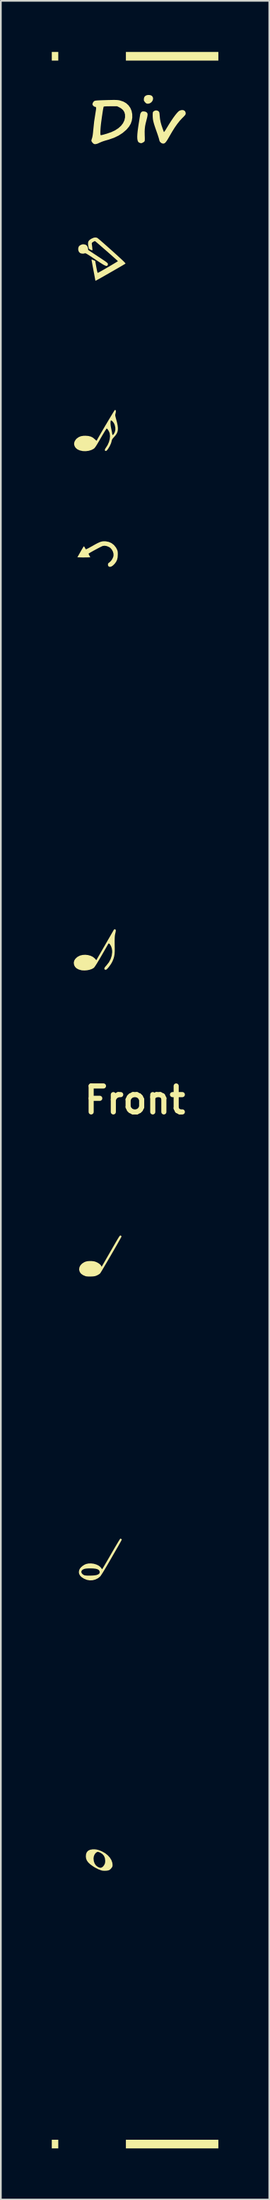
<source format=kicad_pcb>
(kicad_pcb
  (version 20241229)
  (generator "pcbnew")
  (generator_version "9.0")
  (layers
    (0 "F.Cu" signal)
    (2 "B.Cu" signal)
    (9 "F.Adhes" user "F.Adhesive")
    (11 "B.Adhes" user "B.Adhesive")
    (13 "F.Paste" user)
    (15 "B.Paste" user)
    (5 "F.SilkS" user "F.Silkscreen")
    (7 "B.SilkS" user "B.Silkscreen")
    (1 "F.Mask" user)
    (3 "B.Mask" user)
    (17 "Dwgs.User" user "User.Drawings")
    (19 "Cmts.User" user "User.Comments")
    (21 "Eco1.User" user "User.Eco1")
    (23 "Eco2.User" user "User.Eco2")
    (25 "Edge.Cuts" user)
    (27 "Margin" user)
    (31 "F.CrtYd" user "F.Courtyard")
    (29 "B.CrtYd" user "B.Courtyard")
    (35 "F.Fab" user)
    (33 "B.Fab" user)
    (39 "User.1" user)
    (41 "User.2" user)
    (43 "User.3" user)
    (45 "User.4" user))
  (footprint "Front"
    (layer "F.Cu")
    (at 4.894 61.54)
    (property "Reference" "Front" (at 0 0 0) (layer "F.SilkS") (effects (font (size 1.524 1.524) (thickness 0.3))))
    (attr board_only exclude_from_pos_files exclude_from_bom)
    (fp_poly (pts (xy -4.512 -61.032) (xy -4.894 -61.032) (xy -4.894 -61.54) (xy -4.512 -61.54)) (stroke (width 0) (type solid)) (fill yes) (layer "F.SilkS"))
    (fp_poly (pts (xy -4.512 61.54) (xy -4.894 61.54) (xy -4.894 61.032) (xy -4.512 61.032)) (stroke (width 0) (type solid)) (fill yes) (layer "F.SilkS"))
    (fp_poly (pts (xy 4.915 -61.032) (xy -0.53 -61.032) (xy -0.53 -61.54) (xy 4.915 -61.54)) (stroke (width 0) (type solid)) (fill yes) (layer "F.SilkS"))
    (fp_poly (pts (xy 4.915 61.54) (xy -0.53 61.54) (xy -0.53 61.032) (xy 4.915 61.032)) (stroke (width 0) (type solid)) (fill yes) (layer "F.SilkS"))
    (fp_poly (pts (xy 0.861 -59.013) (xy 0.949 -58.991) (xy 1.005 -58.957) (xy 1.056 -58.885) (xy 1.072 -58.804) (xy 1.057 -58.72) (xy 1.017 -58.641) (xy 0.956 -58.574) (xy 0.878 -58.525) (xy 0.787 -58.501) (xy 0.705 -58.505) (xy 0.657 -58.53) (xy 0.603 -58.579) (xy 0.557 -58.638) (xy 0.53 -58.693) (xy 0.527 -58.708) (xy 0.532 -58.821) (xy 0.562 -58.904) (xy 0.62 -58.963) (xy 0.674 -58.992) (xy 0.764 -59.014)) (stroke (width 0) (type solid)) (fill yes) (layer "F.SilkS"))
    (fp_poly (pts (xy 0.618 -58.035) (xy 0.695 -57.994) (xy 0.74 -57.932) (xy 0.74 -57.931) (xy 0.748 -57.878) (xy 0.741 -57.795) (xy 0.718 -57.68) (xy 0.679 -57.528) (xy 0.679 -57.526) (xy 0.633 -57.346) (xy 0.601 -57.186) (xy 0.583 -57.031) (xy 0.575 -56.867) (xy 0.578 -56.678) (xy 0.578 -56.654) (xy 0.583 -56.527) (xy 0.584 -56.434) (xy 0.583 -56.371) (xy 0.579 -56.329) (xy 0.57 -56.302) (xy 0.557 -56.282) (xy 0.544 -56.269) (xy 0.496 -56.234) (xy 0.437 -56.203) (xy 0.385 -56.185) (xy 0.364 -56.183) (xy 0.335 -56.189) (xy 0.286 -56.203) (xy 0.281 -56.204) (xy 0.228 -56.23) (xy 0.188 -56.276) (xy 0.16 -56.344) (xy 0.143 -56.438) (xy 0.138 -56.56) (xy 0.145 -56.712) (xy 0.163 -56.898) (xy 0.193 -57.12) (xy 0.221 -57.304) (xy 0.244 -57.448) (xy 0.265 -57.582) (xy 0.283 -57.698) (xy 0.298 -57.79) (xy 0.307 -57.852) (xy 0.31 -57.87) (xy 0.331 -57.936) (xy 0.368 -57.995) (xy 0.408 -58.032) (xy 0.455 -58.048) (xy 0.516 -58.05)) (stroke (width 0) (type solid)) (fill yes) (layer "F.SilkS"))
    (fp_poly (pts (xy -2.929 -50.233) (xy -2.844 -50.185) (xy -2.787 -50.106) (xy -2.762 -50.013) (xy -2.749 -49.912) (xy -2.169 -49.531) (xy -2.009 -49.426) (xy -1.882 -49.341) (xy -1.783 -49.274) (xy -1.709 -49.222) (xy -1.657 -49.182) (xy -1.622 -49.151) (xy -1.601 -49.128) (xy -1.591 -49.108) (xy -1.589 -49.09) (xy -1.589 -49.089) (xy -1.597 -49.036) (xy -1.614 -49.004) (xy -1.637 -48.986) (xy -1.665 -48.978) (xy -1.701 -48.981) (xy -1.749 -48.997) (xy -1.813 -49.027) (xy -1.896 -49.075) (xy -2.002 -49.141) (xy -2.135 -49.228) (xy -2.298 -49.336) (xy -2.336 -49.361) (xy -2.496 -49.468) (xy -2.625 -49.553) (xy -2.726 -49.618) (xy -2.803 -49.666) (xy -2.86 -49.698) (xy -2.899 -49.716) (xy -2.926 -49.723) (xy -2.943 -49.721) (xy -2.944 -49.72) (xy -3.008 -49.702) (xy -3.091 -49.7) (xy -3.174 -49.713) (xy -3.218 -49.729) (xy -3.283 -49.785) (xy -3.324 -49.865) (xy -3.34 -49.96) (xy -3.328 -50.057) (xy -3.299 -50.125) (xy -3.251 -50.173) (xy -3.178 -50.215) (xy -3.096 -50.243) (xy -3.042 -50.249)) (stroke (width 0) (type solid)) (fill yes) (layer "F.SilkS"))
    (fp_poly (pts (xy -0.837 7.948) (xy -0.834 7.949) (xy -0.795 7.98) (xy -0.79 8.008) (xy -0.803 8.036) (xy -0.836 8.096) (xy -0.885 8.185) (xy -0.949 8.298) (xy -1.024 8.432) (xy -1.11 8.582) (xy -1.203 8.744) (xy -1.302 8.914) (xy -1.403 9.088) (xy -1.504 9.262) (xy -1.604 9.432) (xy -1.699 9.594) (xy -1.788 9.744) (xy -1.867 9.878) (xy -1.935 9.992) (xy -1.99 10.081) (xy -2.028 10.142) (xy -2.048 10.171) (xy -2.049 10.172) (xy -2.096 10.21) (xy -2.167 10.254) (xy -2.232 10.287) (xy -2.298 10.314) (xy -2.36 10.332) (xy -2.43 10.343) (xy -2.522 10.35) (xy -2.595 10.352) (xy -2.742 10.352) (xy -2.853 10.344) (xy -2.913 10.331) (xy -3.062 10.267) (xy -3.173 10.187) (xy -3.245 10.089) (xy -3.28 9.974) (xy -3.284 9.919) (xy -3.263 9.801) (xy -3.204 9.691) (xy -3.111 9.594) (xy -2.986 9.514) (xy -2.902 9.479) (xy -2.802 9.455) (xy -2.678 9.444) (xy -2.545 9.446) (xy -2.419 9.46) (xy -2.349 9.476) (xy -2.239 9.519) (xy -2.137 9.576) (xy -2.052 9.642) (xy -1.996 9.708) (xy -1.992 9.715) (xy -1.958 9.781) (xy -1.422 8.853) (xy -1.302 8.645) (xy -1.201 8.471) (xy -1.118 8.327) (xy -1.05 8.212) (xy -0.995 8.121) (xy -0.953 8.053) (xy -0.92 8.004) (xy -0.895 7.972) (xy -0.876 7.953) (xy -0.862 7.944) (xy -0.849 7.944)) (stroke (width 0) (type solid)) (fill yes) (layer "F.SilkS"))
    (fp_poly (pts (xy -2.242 43.997) (xy -2.117 44.032) (xy -1.975 44.089) (xy -1.913 44.118) (xy -1.741 44.217) (xy -1.593 44.337) (xy -1.472 44.472) (xy -1.383 44.617) (xy -1.33 44.767) (xy -1.318 44.856) (xy -1.315 44.933) (xy -1.323 44.986) (xy -1.347 45.034) (xy -1.375 45.074) (xy -1.427 45.135) (xy -1.485 45.185) (xy -1.509 45.199) (xy -1.583 45.224) (xy -1.683 45.238) (xy -1.794 45.242) (xy -1.901 45.235) (xy -1.972 45.22) (xy -2.159 45.151) (xy -2.361 45.045) (xy -2.49 44.963) (xy -2.642 44.852) (xy -2.754 44.743) (xy -2.831 44.633) (xy -2.874 44.52) (xy -2.436 44.52) (xy -2.419 44.68) (xy -2.37 44.818) (xy -2.291 44.93) (xy -2.184 45.013) (xy -2.153 45.029) (xy -2.07 45.061) (xy -2.006 45.065) (xy -1.944 45.042) (xy -1.907 45.018) (xy -1.864 44.977) (xy -1.819 44.917) (xy -1.801 44.888) (xy -1.77 44.823) (xy -1.754 44.757) (xy -1.748 44.672) (xy -1.748 44.646) (xy -1.767 44.494) (xy -1.822 44.365) (xy -1.911 44.26) (xy -2.034 44.18) (xy -2.087 44.158) (xy -2.148 44.136) (xy -2.187 44.13) (xy -2.224 44.141) (xy -2.258 44.158) (xy -2.327 44.217) (xy -2.384 44.305) (xy -2.422 44.41) (xy -2.436 44.52) (xy -2.874 44.52) (xy -2.875 44.516) (xy -2.889 44.392) (xy -2.875 44.254) (xy -2.83 44.145) (xy -2.753 44.064) (xy -2.645 44.01) (xy -2.504 43.984) (xy -2.491 43.983) (xy -2.362 43.982)) (stroke (width 0) (type solid)) (fill yes) (layer "F.SilkS"))
    (fp_poly (pts (xy 2.907 -58.1) (xy 2.963 -58.046) (xy 2.989 -57.968) (xy 2.991 -57.946) (xy 2.99 -57.909) (xy 2.982 -57.877) (xy 2.964 -57.843) (xy 2.929 -57.801) (xy 2.875 -57.742) (xy 2.795 -57.663) (xy 2.782 -57.65) (xy 2.639 -57.495) (xy 2.493 -57.311) (xy 2.342 -57.095) (xy 2.184 -56.843) (xy 2.034 -56.585) (xy 1.952 -56.443) (xy 1.885 -56.335) (xy 1.829 -56.257) (xy 1.781 -56.205) (xy 1.735 -56.174) (xy 1.69 -56.161) (xy 1.667 -56.16) (xy 1.591 -56.174) (xy 1.519 -56.222) (xy 1.518 -56.223) (xy 1.462 -56.287) (xy 1.436 -56.363) (xy 1.434 -56.376) (xy 1.422 -56.425) (xy 1.399 -56.505) (xy 1.366 -56.609) (xy 1.326 -56.728) (xy 1.283 -56.85) (xy 1.215 -57.043) (xy 1.161 -57.202) (xy 1.12 -57.335) (xy 1.09 -57.448) (xy 1.069 -57.546) (xy 1.057 -57.637) (xy 1.051 -57.726) (xy 1.049 -57.798) (xy 1.049 -57.894) (xy 1.053 -57.957) (xy 1.06 -57.998) (xy 1.076 -58.026) (xy 1.1 -58.051) (xy 1.108 -58.057) (xy 1.187 -58.1) (xy 1.275 -58.108) (xy 1.359 -58.081) (xy 1.389 -58.06) (xy 1.413 -58.036) (xy 1.431 -58.008) (xy 1.442 -57.969) (xy 1.451 -57.908) (xy 1.459 -57.817) (xy 1.463 -57.769) (xy 1.481 -57.599) (xy 1.513 -57.43) (xy 1.561 -57.253) (xy 1.629 -57.053) (xy 1.642 -57.017) (xy 1.67 -56.941) (xy 1.693 -56.878) (xy 1.706 -56.841) (xy 1.707 -56.839) (xy 1.721 -56.845) (xy 1.752 -56.883) (xy 1.797 -56.948) (xy 1.852 -57.037) (xy 1.867 -57.062) (xy 2.008 -57.293) (xy 2.141 -57.5) (xy 2.264 -57.68) (xy 2.375 -57.831) (xy 2.473 -57.951) (xy 2.556 -58.038) (xy 2.623 -58.089) (xy 2.633 -58.094) (xy 2.736 -58.127) (xy 2.829 -58.129)) (stroke (width 0) (type solid)) (fill yes) (layer "F.SilkS"))
    (fp_poly (pts (xy -1.747 -32.81) (xy -1.71 -32.808) (xy -1.532 -32.773) (xy -1.372 -32.7) (xy -1.234 -32.593) (xy -1.121 -32.454) (xy -1.075 -32.373) (xy -1.042 -32.302) (xy -1.022 -32.244) (xy -1.011 -32.184) (xy -1.007 -32.107) (xy -1.007 -32.031) (xy -1.017 -31.864) (xy -1.05 -31.724) (xy -1.109 -31.601) (xy -1.197 -31.484) (xy -1.201 -31.48) (xy -1.297 -31.387) (xy -1.386 -31.33) (xy -1.465 -31.309) (xy -1.531 -31.325) (xy -1.556 -31.344) (xy -1.581 -31.392) (xy -1.588 -31.454) (xy -1.576 -31.506) (xy -1.573 -31.512) (xy -1.547 -31.537) (xy -1.501 -31.574) (xy -1.477 -31.593) (xy -1.402 -31.667) (xy -1.333 -31.767) (xy -1.282 -31.876) (xy -1.259 -31.96) (xy -1.26 -32.082) (xy -1.295 -32.207) (xy -1.358 -32.323) (xy -1.443 -32.42) (xy -1.522 -32.474) (xy -1.657 -32.53) (xy -1.778 -32.55) (xy -1.886 -32.539) (xy -1.925 -32.524) (xy -1.993 -32.492) (xy -2.083 -32.447) (xy -2.188 -32.392) (xy -2.3 -32.332) (xy -2.413 -32.271) (xy -2.519 -32.212) (xy -2.61 -32.16) (xy -2.681 -32.118) (xy -2.723 -32.089) (xy -2.729 -32.084) (xy -2.724 -32.063) (xy -2.703 -32.017) (xy -2.681 -31.974) (xy -2.627 -31.872) (xy -2.817 -31.866) (xy -2.936 -31.864) (xy -3.069 -31.863) (xy -3.189 -31.865) (xy -3.198 -31.866) (xy -3.387 -31.872) (xy -3.204 -32.195) (xy -3.144 -32.3) (xy -3.09 -32.39) (xy -3.047 -32.461) (xy -3.017 -32.505) (xy -3.005 -32.518) (xy -2.986 -32.501) (xy -2.958 -32.458) (xy -2.945 -32.435) (xy -2.915 -32.381) (xy -2.891 -32.346) (xy -2.885 -32.34) (xy -2.862 -32.347) (xy -2.808 -32.372) (xy -2.728 -32.412) (xy -2.63 -32.466) (xy -2.517 -32.528) (xy -2.48 -32.549) (xy -2.324 -32.637) (xy -2.196 -32.704) (xy -2.09 -32.753) (xy -1.998 -32.786) (xy -1.916 -32.805) (xy -1.834 -32.812)) (stroke (width 0) (type solid)) (fill yes) (layer "F.SilkS"))
    (fp_poly (pts (xy -1.168 -10.032) (xy -1.139 -10.014) (xy -1.125 -9.98) (xy -1.127 -9.923) (xy -1.144 -9.836) (xy -1.157 -9.784) (xy -1.17 -9.723) (xy -1.18 -9.654) (xy -1.187 -9.571) (xy -1.191 -9.468) (xy -1.193 -9.34) (xy -1.192 -9.181) (xy -1.189 -8.987) (xy -1.187 -8.929) (xy -1.187 -8.741) (xy -1.197 -8.584) (xy -1.219 -8.447) (xy -1.254 -8.319) (xy -1.305 -8.188) (xy -1.335 -8.124) (xy -1.381 -8.04) (xy -1.44 -7.948) (xy -1.507 -7.856) (xy -1.573 -7.773) (xy -1.634 -7.707) (xy -1.683 -7.666) (xy -1.697 -7.659) (xy -1.753 -7.656) (xy -1.79 -7.686) (xy -1.801 -7.727) (xy -1.786 -7.773) (xy -1.74 -7.839) (xy -1.665 -7.924) (xy -1.531 -8.094) (xy -1.43 -8.282) (xy -1.365 -8.482) (xy -1.338 -8.686) (xy -1.34 -8.781) (xy -1.36 -8.911) (xy -1.402 -9.033) (xy -1.459 -9.133) (xy -1.5 -9.18) (xy -1.525 -9.2) (xy -1.544 -9.201) (xy -1.566 -9.178) (xy -1.598 -9.124) (xy -1.608 -9.106) (xy -1.772 -8.82) (xy -1.916 -8.57) (xy -2.041 -8.355) (xy -2.148 -8.176) (xy -2.237 -8.029) (xy -2.309 -7.916) (xy -2.364 -7.835) (xy -2.403 -7.785) (xy -2.418 -7.769) (xy -2.523 -7.706) (xy -2.657 -7.658) (xy -2.808 -7.626) (xy -2.966 -7.614) (xy -3.12 -7.622) (xy -3.152 -7.628) (xy -3.306 -7.67) (xy -3.43 -7.736) (xy -3.521 -7.823) (xy -3.578 -7.928) (xy -3.598 -8.05) (xy -3.597 -8.086) (xy -3.571 -8.196) (xy -3.511 -8.294) (xy -3.414 -8.387) (xy -3.364 -8.423) (xy -3.233 -8.489) (xy -3.083 -8.526) (xy -2.922 -8.536) (xy -2.761 -8.519) (xy -2.607 -8.477) (xy -2.471 -8.41) (xy -2.36 -8.32) (xy -2.353 -8.311) (xy -2.272 -8.219) (xy -1.761 -9.104) (xy -1.658 -9.281) (xy -1.562 -9.448) (xy -1.473 -9.6) (xy -1.396 -9.735) (xy -1.33 -9.847) (xy -1.28 -9.934) (xy -1.246 -9.992) (xy -1.231 -10.017) (xy -1.231 -10.017) (xy -1.196 -10.036)) (stroke (width 0) (type solid)) (fill yes) (layer "F.SilkS"))
    (fp_poly (pts (xy -0.823 25.751) (xy -0.799 25.765) (xy -0.79 25.77) (xy -0.781 25.774) (xy -0.776 25.778) (xy -0.773 25.786) (xy -0.777 25.802) (xy -0.786 25.826) (xy -0.804 25.863) (xy -0.832 25.916) (xy -0.871 25.986) (xy -0.922 26.076) (xy -0.987 26.191) (xy -1.068 26.331) (xy -1.166 26.501) (xy -1.282 26.702) (xy -1.386 26.883) (xy -1.536 27.141) (xy -1.666 27.364) (xy -1.777 27.55) (xy -1.87 27.702) (xy -1.944 27.82) (xy -2.001 27.905) (xy -2.041 27.958) (xy -2.05 27.967) (xy -2.176 28.069) (xy -2.326 28.142) (xy -2.489 28.184) (xy -2.657 28.192) (xy -2.818 28.164) (xy -2.839 28.158) (xy -3.004 28.089) (xy -3.134 28.007) (xy -3.228 27.913) (xy -3.284 27.81) (xy -3.3 27.707) (xy -3.155 27.707) (xy -3.129 27.774) (xy -3.074 27.836) (xy -2.991 27.885) (xy -2.976 27.891) (xy -2.917 27.903) (xy -2.827 27.911) (xy -2.715 27.914) (xy -2.594 27.912) (xy -2.474 27.907) (xy -2.365 27.897) (xy -2.279 27.884) (xy -2.256 27.878) (xy -2.157 27.84) (xy -2.096 27.791) (xy -2.072 27.728) (xy -2.071 27.709) (xy -2.087 27.636) (xy -2.131 27.579) (xy -2.206 27.536) (xy -2.314 27.508) (xy -2.458 27.492) (xy -2.627 27.487) (xy -2.774 27.49) (xy -2.887 27.5) (xy -2.974 27.518) (xy -3.044 27.546) (xy -3.102 27.585) (xy -3.146 27.641) (xy -3.155 27.707) (xy -3.3 27.707) (xy -3.301 27.7) (xy -3.278 27.585) (xy -3.237 27.501) (xy -3.172 27.422) (xy -3.08 27.343) (xy -2.977 27.276) (xy -2.879 27.232) (xy -2.736 27.201) (xy -2.584 27.196) (xy -2.429 27.215) (xy -2.283 27.256) (xy -2.152 27.316) (xy -2.045 27.394) (xy -1.981 27.47) (xy -1.951 27.514) (xy -1.93 27.537) (xy -1.928 27.538) (xy -1.915 27.521) (xy -1.884 27.47) (xy -1.836 27.389) (xy -1.773 27.282) (xy -1.697 27.153) (xy -1.61 27.004) (xy -1.514 26.839) (xy -1.412 26.663) (xy -1.399 26.639) (xy -1.296 26.461) (xy -1.198 26.294) (xy -1.109 26.143) (xy -1.03 26.011) (xy -0.964 25.901) (xy -0.911 25.816) (xy -0.875 25.761) (xy -0.858 25.739) (xy -0.857 25.739)) (stroke (width 0) (type solid)) (fill yes) (layer "F.SilkS"))
    (fp_poly (pts (xy -1.107 -58.721) (xy -1.041 -58.717) (xy -0.985 -58.712) (xy -0.934 -58.703) (xy -0.883 -58.693) (xy -0.874 -58.69) (xy -0.68 -58.626) (xy -0.514 -58.531) (xy -0.376 -58.406) (xy -0.269 -58.256) (xy -0.196 -58.083) (xy -0.157 -57.889) (xy -0.154 -57.689) (xy -0.184 -57.499) (xy -0.246 -57.323) (xy -0.345 -57.157) (xy -0.482 -56.994) (xy -0.519 -56.958) (xy -0.728 -56.78) (xy -0.967 -56.627) (xy -1.238 -56.498) (xy -1.542 -56.393) (xy -1.653 -56.362) (xy -1.771 -56.328) (xy -1.89 -56.289) (xy -1.995 -56.249) (xy -2.066 -56.217) (xy -2.199 -56.157) (xy -2.306 -56.129) (xy -2.387 -56.131) (xy -2.406 -56.137) (xy -2.455 -56.17) (xy -2.505 -56.222) (xy -2.545 -56.278) (xy -2.563 -56.326) (xy -2.563 -56.33) (xy -2.556 -56.372) (xy -2.538 -56.436) (xy -2.522 -56.482) (xy -2.501 -56.563) (xy -2.481 -56.68) (xy -2.469 -56.783) (xy -2.033 -56.783) (xy -2.031 -56.708) (xy -2.023 -56.666) (xy -2.02 -56.661) (xy -2.009 -56.656) (xy -1.988 -56.655) (xy -1.952 -56.661) (xy -1.894 -56.675) (xy -1.809 -56.698) (xy -1.691 -56.732) (xy -1.642 -56.746) (xy -1.387 -56.834) (xy -1.164 -56.94) (xy -0.974 -57.063) (xy -0.82 -57.201) (xy -0.702 -57.353) (xy -0.621 -57.518) (xy -0.581 -57.694) (xy -0.58 -57.708) (xy -0.582 -57.869) (xy -0.621 -58.008) (xy -0.697 -58.128) (xy -0.811 -58.227) (xy -0.906 -58.282) (xy -1.048 -58.352) (xy -1.436 -58.351) (xy -1.586 -58.35) (xy -1.697 -58.347) (xy -1.774 -58.342) (xy -1.82 -58.335) (xy -1.84 -58.325) (xy -1.841 -58.324) (xy -1.849 -58.294) (xy -1.863 -58.228) (xy -1.88 -58.133) (xy -1.899 -58.016) (xy -1.919 -57.881) (xy -1.941 -57.737) (xy -1.961 -57.59) (xy -1.981 -57.445) (xy -1.998 -57.309) (xy -2.002 -57.272) (xy -2.016 -57.136) (xy -2.026 -57.004) (xy -2.032 -56.884) (xy -2.033 -56.783) (xy -2.469 -56.783) (xy -2.464 -56.824) (xy -2.458 -56.89) (xy -2.399 -57.457) (xy -2.318 -57.98) (xy -2.297 -58.107) (xy -2.285 -58.198) (xy -2.284 -58.26) (xy -2.295 -58.297) (xy -2.316 -58.315) (xy -2.351 -58.32) (xy -2.355 -58.32) (xy -2.404 -58.338) (xy -2.453 -58.38) (xy -2.49 -58.432) (xy -2.5 -58.469) (xy -2.482 -58.544) (xy -2.438 -58.616) (xy -2.379 -58.666) (xy -2.378 -58.667) (xy -2.343 -58.677) (xy -2.282 -58.686) (xy -2.191 -58.694) (xy -2.067 -58.701) (xy -1.906 -58.707) (xy -1.779 -58.711) (xy -1.582 -58.717) (xy -1.421 -58.72) (xy -1.292 -58.723) (xy -1.189 -58.723)) (stroke (width 0) (type solid)) (fill yes) (layer "F.SilkS"))
    (fp_poly (pts (xy -2.249 -50.636) (xy -2.218 -50.624) (xy -2.191 -50.605) (xy -2.136 -50.561) (xy -2.056 -50.494) (xy -1.954 -50.406) (xy -1.834 -50.302) (xy -1.698 -50.182) (xy -1.55 -50.051) (xy -1.393 -49.912) (xy -1.345 -49.869) (xy -1.157 -49.7) (xy -0.999 -49.557) (xy -0.869 -49.438) (xy -0.764 -49.342) (xy -0.683 -49.265) (xy -0.624 -49.206) (xy -0.584 -49.163) (xy -0.562 -49.134) (xy -0.554 -49.117) (xy -0.556 -49.112) (xy -0.58 -49.097) (xy -0.636 -49.063) (xy -0.719 -49.013) (xy -0.825 -48.951) (xy -0.951 -48.878) (xy -1.09 -48.798) (xy -1.24 -48.712) (xy -1.395 -48.623) (xy -1.551 -48.534) (xy -1.704 -48.447) (xy -1.849 -48.364) (xy -1.982 -48.289) (xy -2.098 -48.224) (xy -2.194 -48.171) (xy -2.264 -48.133) (xy -2.304 -48.113) (xy -2.312 -48.11) (xy -2.33 -48.123) (xy -2.33 -48.126) (xy -2.334 -48.15) (xy -2.345 -48.21) (xy -2.362 -48.301) (xy -2.383 -48.418) (xy -2.409 -48.555) (xy -2.438 -48.707) (xy -2.445 -48.745) (xy -2.474 -48.899) (xy -2.5 -49.039) (xy -2.522 -49.16) (xy -2.539 -49.256) (xy -2.55 -49.322) (xy -2.553 -49.354) (xy -2.553 -49.355) (xy -2.532 -49.352) (xy -2.484 -49.335) (xy -2.442 -49.318) (xy -2.338 -49.273) (xy -2.274 -48.919) (xy -2.247 -48.778) (xy -2.226 -48.676) (xy -2.207 -48.609) (xy -2.192 -48.576) (xy -2.183 -48.571) (xy -2.155 -48.584) (xy -2.097 -48.614) (xy -2.015 -48.659) (xy -1.914 -48.716) (xy -1.798 -48.782) (xy -1.674 -48.854) (xy -1.547 -48.927) (xy -1.421 -49.001) (xy -1.303 -49.071) (xy -1.197 -49.134) (xy -1.109 -49.187) (xy -1.044 -49.228) (xy -1.007 -49.252) (xy -1.001 -49.258) (xy -1.018 -49.276) (xy -1.063 -49.317) (xy -1.131 -49.379) (xy -1.22 -49.458) (xy -1.324 -49.551) (xy -1.44 -49.653) (xy -1.564 -49.762) (xy -1.691 -49.873) (xy -1.818 -49.983) (xy -1.94 -50.089) (xy -2.053 -50.187) (xy -2.154 -50.274) (xy -2.237 -50.345) (xy -2.3 -50.398) (xy -2.338 -50.428) (xy -2.347 -50.434) (xy -2.379 -50.43) (xy -2.43 -50.406) (xy -2.46 -50.388) (xy -2.512 -50.351) (xy -2.535 -50.321) (xy -2.539 -50.281) (xy -2.534 -50.242) (xy -2.52 -50.131) (xy -2.509 -50.033) (xy -2.503 -49.955) (xy -2.502 -49.904) (xy -2.505 -49.889) (xy -2.529 -49.897) (xy -2.578 -49.917) (xy -2.612 -49.932) (xy -2.667 -49.959) (xy -2.699 -49.987) (xy -2.719 -50.03) (xy -2.734 -50.096) (xy -2.757 -50.232) (xy -2.759 -50.337) (xy -2.737 -50.42) (xy -2.687 -50.487) (xy -2.607 -50.547) (xy -2.544 -50.583) (xy -2.431 -50.632) (xy -2.336 -50.649)) (stroke (width 0) (type solid)) (fill yes) (layer "F.SilkS"))
    (fp_poly (pts (xy -1.14 -40.513) (xy -1.121 -40.471) (xy -1.123 -40.399) (xy -1.138 -40.332) (xy -1.151 -40.279) (xy -1.158 -40.236) (xy -1.157 -40.191) (xy -1.146 -40.135) (xy -1.126 -40.056) (xy -1.106 -39.983) (xy -1.052 -39.781) (xy -1.017 -39.611) (xy -1.001 -39.468) (xy -1.004 -39.345) (xy -1.027 -39.236) (xy -1.071 -39.136) (xy -1.137 -39.037) (xy -1.225 -38.934) (xy -1.23 -38.928) (xy -1.293 -38.858) (xy -1.333 -38.802) (xy -1.357 -38.748) (xy -1.373 -38.682) (xy -1.375 -38.671) (xy -1.408 -38.56) (xy -1.465 -38.433) (xy -1.496 -38.375) (xy -1.563 -38.263) (xy -1.617 -38.186) (xy -1.661 -38.138) (xy -1.698 -38.117) (xy -1.726 -38.115) (xy -1.765 -38.136) (xy -1.772 -38.18) (xy -1.747 -38.245) (xy -1.705 -38.308) (xy -1.605 -38.465) (xy -1.53 -38.635) (xy -1.482 -38.811) (xy -1.465 -38.981) (xy -1.481 -39.137) (xy -1.504 -39.209) (xy -1.54 -39.284) (xy -1.582 -39.354) (xy -1.623 -39.407) (xy -1.658 -39.432) (xy -1.663 -39.433) (xy -1.678 -39.416) (xy -1.711 -39.366) (xy -1.761 -39.289) (xy -1.823 -39.187) (xy -1.895 -39.067) (xy -1.974 -38.932) (xy -2.012 -38.867) (xy -2.107 -38.704) (xy -2.184 -38.574) (xy -2.245 -38.472) (xy -2.295 -38.394) (xy -2.335 -38.337) (xy -2.368 -38.295) (xy -2.398 -38.265) (xy -2.427 -38.242) (xy -2.435 -38.236) (xy -2.566 -38.169) (xy -2.722 -38.124) (xy -2.889 -38.102) (xy -3.055 -38.106) (xy -3.084 -38.11) (xy -3.247 -38.147) (xy -3.375 -38.203) (xy -3.474 -38.283) (xy -3.532 -38.36) (xy -3.575 -38.469) (xy -3.578 -38.582) (xy -3.542 -38.694) (xy -3.469 -38.801) (xy -3.422 -38.847) (xy -3.31 -38.927) (xy -3.184 -38.979) (xy -3.037 -39.004) (xy -2.913 -39.008) (xy -2.741 -38.995) (xy -2.597 -38.959) (xy -2.474 -38.897) (xy -2.363 -38.805) (xy -2.31 -38.756) (xy -2.27 -38.725) (xy -2.251 -38.717) (xy -2.25 -38.718) (xy -2.233 -38.754) (xy -2.197 -38.82) (xy -2.145 -38.911) (xy -2.08 -39.025) (xy -2.004 -39.156) (xy -1.92 -39.299) (xy -1.83 -39.452) (xy -1.738 -39.609) (xy -1.644 -39.766) (xy -1.628 -39.793) (xy -1.436 -39.793) (xy -1.435 -39.7) (xy -1.425 -39.594) (xy -1.407 -39.486) (xy -1.402 -39.461) (xy -1.381 -39.362) (xy -1.361 -39.267) (xy -1.347 -39.19) (xy -1.344 -39.17) (xy -1.333 -39.109) (xy -1.323 -39.066) (xy -1.319 -39.057) (xy -1.299 -39.053) (xy -1.267 -39.081) (xy -1.229 -39.134) (xy -1.192 -39.205) (xy -1.186 -39.218) (xy -1.152 -39.347) (xy -1.153 -39.49) (xy -1.187 -39.636) (xy -1.219 -39.714) (xy -1.258 -39.779) (xy -1.305 -39.838) (xy -1.353 -39.883) (xy -1.392 -39.906) (xy -1.414 -39.903) (xy -1.429 -39.864) (xy -1.436 -39.793) (xy -1.628 -39.793) (xy -1.553 -39.919) (xy -1.466 -40.064) (xy -1.386 -40.196) (xy -1.315 -40.312) (xy -1.257 -40.406) (xy -1.213 -40.475) (xy -1.186 -40.514) (xy -1.18 -40.522)) (stroke (width 0) (type solid)) (fill yes) (layer "F.SilkS")))
  (gr_rect
    (start -3 -3)
    (end 12.808 126.081)
    (stroke (width 0.1) (type default))
    (fill no)
    (layer "Edge.Cuts")))
</source>
